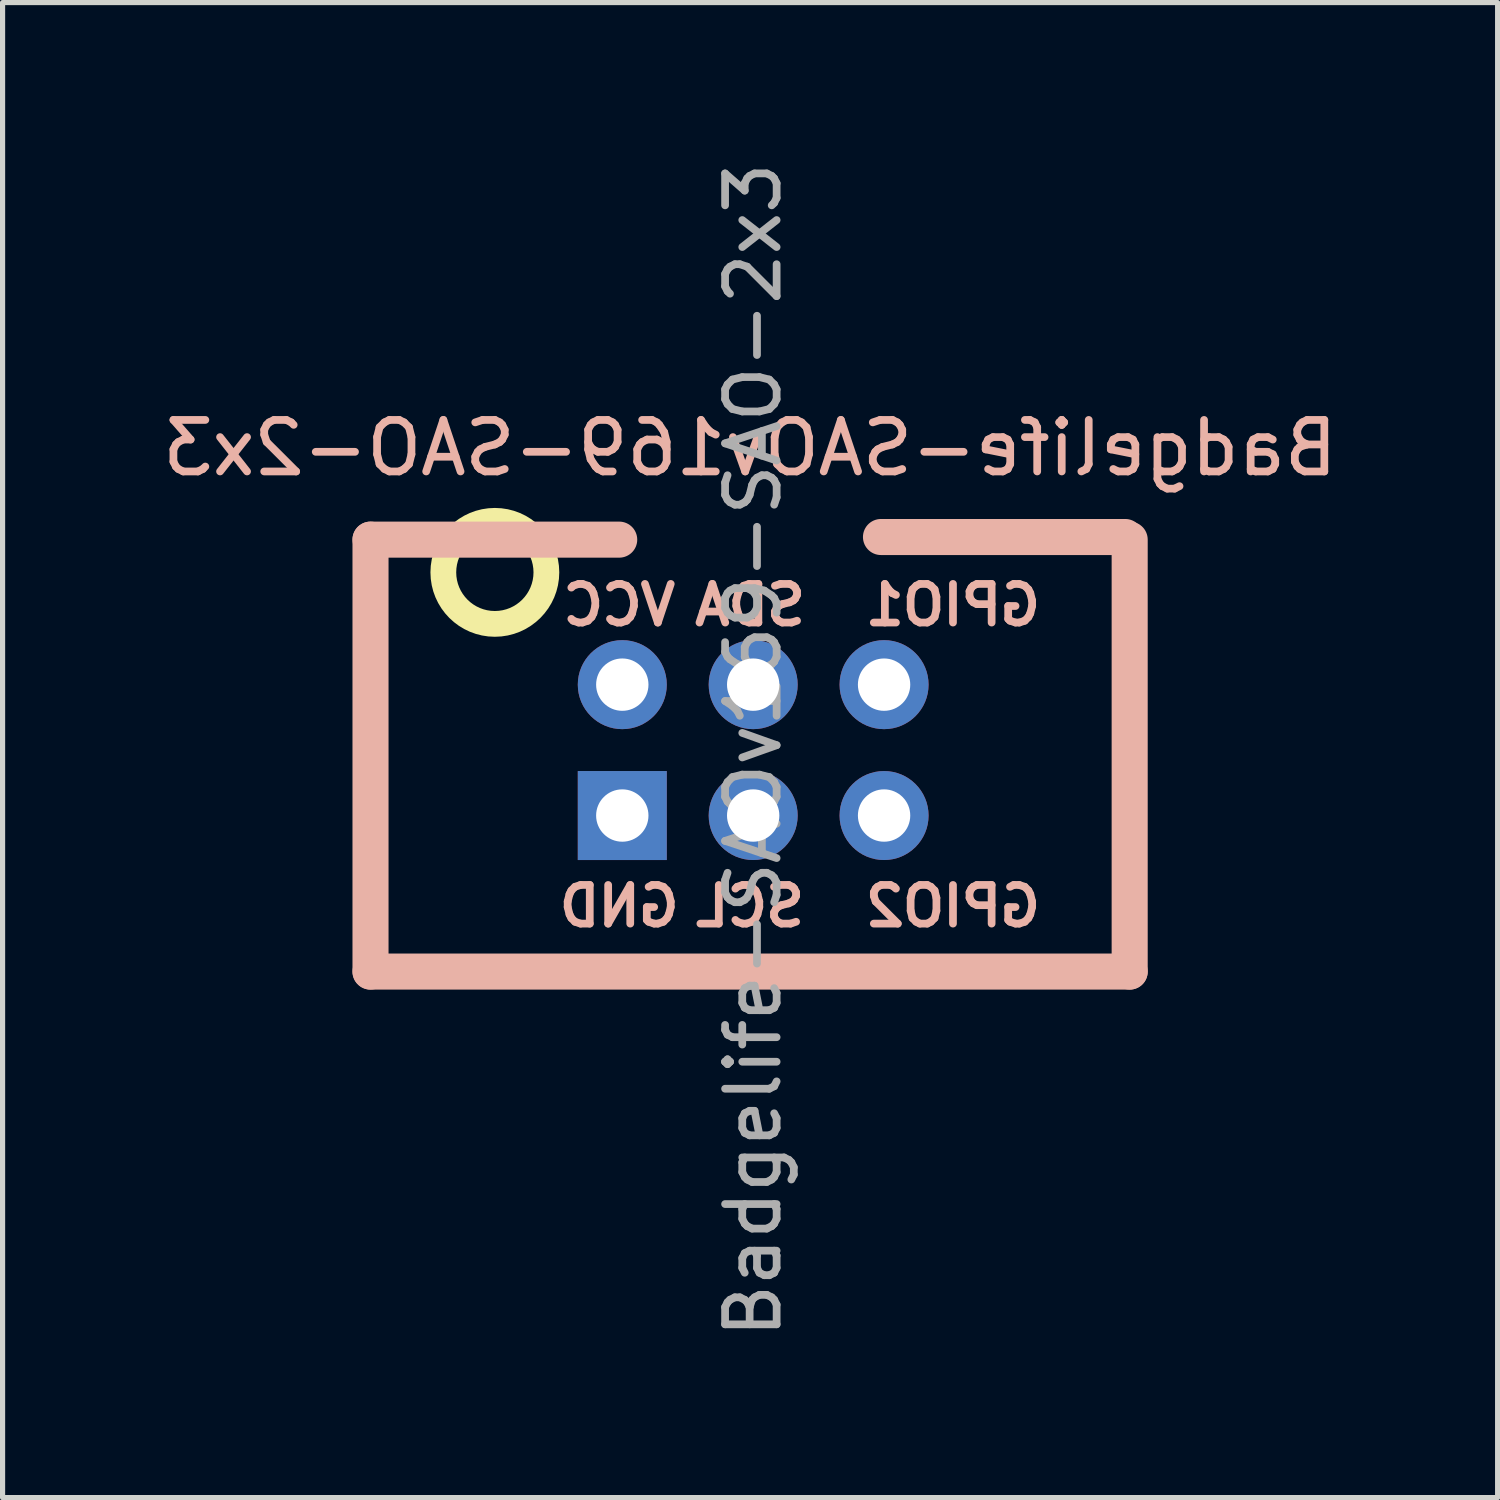
<source format=kicad_pcb>
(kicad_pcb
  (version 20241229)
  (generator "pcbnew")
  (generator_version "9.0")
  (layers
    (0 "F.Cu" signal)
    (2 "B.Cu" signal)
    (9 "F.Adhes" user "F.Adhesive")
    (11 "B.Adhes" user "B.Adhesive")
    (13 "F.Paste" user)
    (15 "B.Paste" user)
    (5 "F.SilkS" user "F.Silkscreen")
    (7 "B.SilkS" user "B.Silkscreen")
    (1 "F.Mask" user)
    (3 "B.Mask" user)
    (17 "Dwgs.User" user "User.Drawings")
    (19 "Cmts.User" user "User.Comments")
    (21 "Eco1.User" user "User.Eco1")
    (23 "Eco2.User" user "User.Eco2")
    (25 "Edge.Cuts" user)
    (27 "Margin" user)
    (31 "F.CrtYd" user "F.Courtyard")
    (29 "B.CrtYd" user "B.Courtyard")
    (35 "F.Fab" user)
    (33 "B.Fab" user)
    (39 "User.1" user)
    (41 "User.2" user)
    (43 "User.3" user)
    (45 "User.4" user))
  (footprint "Badgelife-SAOv169-SAO-2x3"
    (layer "F.Cu")
    (at 11.506 11.486)
    (property "Reference" "Badgelife-SAOv169-SAO-2x3" (at 0 -5.842 0) (layer "B.SilkS") (effects (font (size 1 1) (thickness 0.15)) (justify mirror)))
    (attr through_hole)
    (fp_circle (center -4.953 -3.429) (end -3.953 -3.429) (stroke (width 0.5) (type solid)) (fill no) (layer "F.SilkS"))
    (fp_line (start -7.366 -4.064) (end -7.366 4.318) (stroke (width 0.7) (type solid)) (layer "B.SilkS"))
    (fp_line (start -7.366 4.318) (end 7.366 4.318) (stroke (width 0.7) (type solid)) (layer "B.SilkS"))
    (fp_line (start -2.54 -4.064) (end -7.366 -4.064) (stroke (width 0.7) (type solid)) (layer "B.SilkS"))
    (fp_line (start 7.28 -4.115) (end 2.54 -4.115) (stroke (width 0.7) (type solid)) (layer "B.SilkS"))
    (fp_line (start 7.366 4.318) (end 7.366 -4.064) (stroke (width 0.7) (type solid)) (layer "B.SilkS"))
    (fp_text user "SCL" (at 0 3.048 0) (layer "B.SilkS") (effects (font (size 0.75 0.75) (thickness 0.15)) (justify mirror)))
    (fp_text user "GPIO1" (at 3.937 -2.794 0) (unlocked yes) (layer "B.SilkS") (effects (font (size 0.75 0.75) (thickness 0.15)) (justify mirror)))
    (fp_text user "VCC" (at -2.54 -2.794 0) (unlocked yes) (layer "B.SilkS") (effects (font (size 0.75 0.75) (thickness 0.15)) (justify mirror)))
    (fp_text user "GND" (at -2.54 3.048 0) (unlocked yes) (layer "B.SilkS") (effects (font (size 0.75 0.75) (thickness 0.15)) (justify mirror)))
    (fp_text user "SDA" (at 0 -2.794 0) (unlocked yes) (layer "B.SilkS") (effects (font (size 0.75 0.75) (thickness 0.15)) (justify mirror)))
    (fp_text user "GPIO2" (at 3.937 3.048 0) (layer "B.SilkS") (effects (font (size 0.75 0.75) (thickness 0.15)) (justify mirror)))
    (fp_text user "${REFERENCE}" (at 0.06 0.02 270) (layer "F.Fab") (effects (font (size 1 1) (thickness 0.15))))
    (pad "1" thru_hole oval (at -2.48 -1.25 270) (size 1.727 1.727) (drill 1.016) (layers "*.Cu" "*.Mask"))
    (pad "2" thru_hole rect (at -2.48 1.29 270) (size 1.727 1.727) (drill 1.016) (layers "*.Cu" "*.Mask"))
    (pad "3" thru_hole oval (at 0.06 -1.25 270) (size 1.727 1.727) (drill 1.016) (layers "*.Cu" "*.Mask"))
    (pad "4" thru_hole oval (at 0.06 1.29 270) (size 1.727 1.727) (drill 1.016) (layers "*.Cu" "*.Mask"))
    (pad "5" thru_hole circle (at 2.6 -1.25 270) (size 1.727 1.727) (drill 1.016) (layers "*.Cu" "*.Mask"))
    (pad "6" thru_hole circle (at 2.6 1.29 270) (size 1.727 1.727) (drill 1.016) (layers "*.Cu" "*.Mask")))
  (gr_rect
    (start -3 -3)
    (end 26.012 26.012)
    (stroke (width 0.1) (type default))
    (fill no)
    (layer "Edge.Cuts")))
</source>
